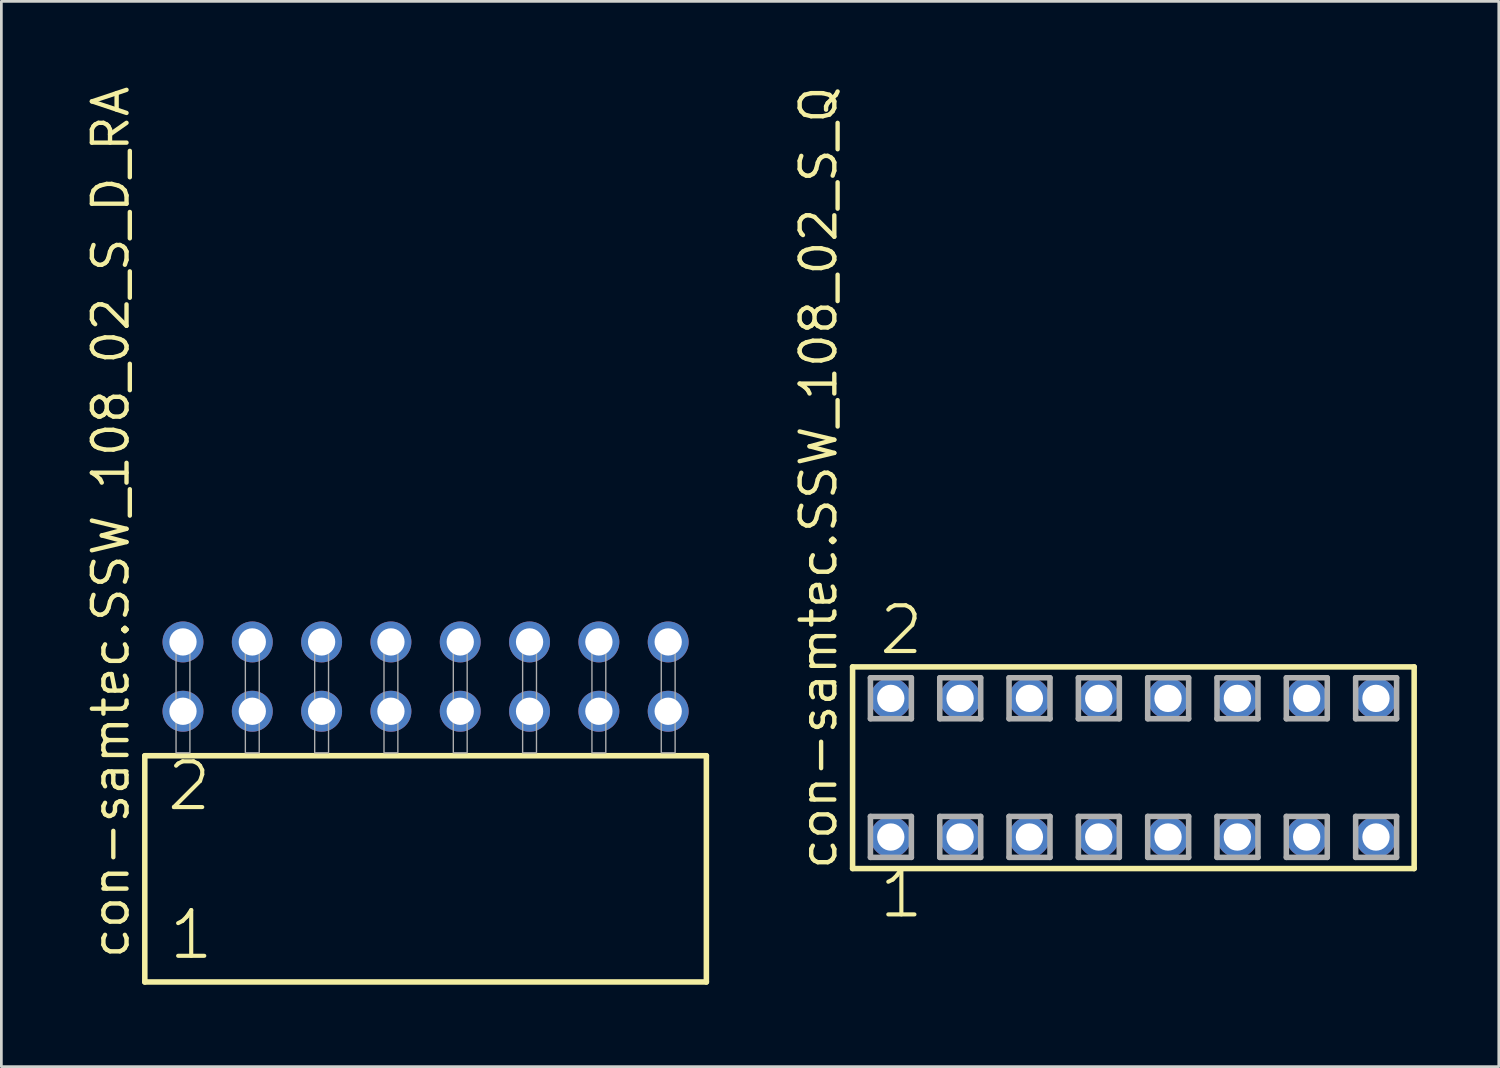
<source format=kicad_pcb>
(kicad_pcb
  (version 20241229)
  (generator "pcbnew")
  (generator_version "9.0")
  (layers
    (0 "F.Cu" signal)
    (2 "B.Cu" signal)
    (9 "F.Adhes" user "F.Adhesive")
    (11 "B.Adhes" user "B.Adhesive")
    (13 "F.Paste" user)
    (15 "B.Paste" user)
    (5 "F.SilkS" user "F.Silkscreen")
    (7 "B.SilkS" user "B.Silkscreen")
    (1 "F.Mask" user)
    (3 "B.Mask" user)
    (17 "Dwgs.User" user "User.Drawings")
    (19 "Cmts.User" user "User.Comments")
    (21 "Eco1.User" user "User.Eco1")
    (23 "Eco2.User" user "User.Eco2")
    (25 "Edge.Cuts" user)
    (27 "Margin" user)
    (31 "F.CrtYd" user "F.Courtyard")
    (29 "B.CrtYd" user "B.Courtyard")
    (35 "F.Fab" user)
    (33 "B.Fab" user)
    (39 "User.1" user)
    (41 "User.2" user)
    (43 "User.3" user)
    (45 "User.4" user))
  (footprint "con-samtec.SSW_108_02_S_D_RA"
    (layer "F.Cu")
    (at 12.545 24.537)
    (property "Reference" "con-samtec.SSW_108_02_S_D_RA" (at -10.795 7.62 90) (layer "F.SilkS") (effects (font (size 1.27 1.27) (thickness 0.16)) (justify left bottom)))
    (attr through_hole)
    (fp_line (start -10.289 0.106) (end -10.289 8.396) (stroke (width 0.203) (type default)) (layer "F.SilkS"))
    (fp_line (start -10.289 8.396) (end 10.289 8.396) (stroke (width 0.203) (type default)) (layer "F.SilkS"))
    (fp_line (start 10.289 0.106) (end -10.289 0.106) (stroke (width 0.203) (type default)) (layer "F.SilkS"))
    (fp_line (start 10.289 8.396) (end 10.289 0.106) (stroke (width 0.203) (type default)) (layer "F.SilkS"))
    (fp_rect (start -9.144 0) (end -8.636 -4.318) (stroke (width 0.05) (type default)) (fill no) (layer "F.Fab"))
    (fp_rect (start -6.604 0) (end -6.096 -4.318) (stroke (width 0.05) (type default)) (fill no) (layer "F.Fab"))
    (fp_rect (start -4.064 0) (end -3.556 -4.318) (stroke (width 0.05) (type default)) (fill no) (layer "F.Fab"))
    (fp_rect (start -1.524 0) (end -1.016 -4.318) (stroke (width 0.05) (type default)) (fill no) (layer "F.Fab"))
    (fp_rect (start 1.016 0) (end 1.524 -4.318) (stroke (width 0.05) (type default)) (fill no) (layer "F.Fab"))
    (fp_rect (start 3.556 0) (end 4.064 -4.318) (stroke (width 0.05) (type default)) (fill no) (layer "F.Fab"))
    (fp_rect (start 6.096 0) (end 6.604 -4.318) (stroke (width 0.05) (type default)) (fill no) (layer "F.Fab"))
    (fp_rect (start 8.636 0) (end 9.144 -4.318) (stroke (width 0.05) (type default)) (fill no) (layer "F.Fab"))
    (fp_text user "2" (at -9.56 2.2 0) (layer "F.SilkS") (effects (font (size 1.676 1.676) (thickness 0.15)) (justify left bottom)))
    (fp_text user "1" (at -9.485 7.65 0) (layer "F.SilkS") (effects (font (size 1.676 1.676) (thickness 0.15)) (justify left bottom)))
    (pad "1" thru_hole circle (at -8.89 -1.524) (size 1.5 1.5) (drill 1) (layers "*.Cu" "*.Mask"))
    (pad "2" thru_hole circle (at -8.89 -4.064) (size 1.5 1.5) (drill 1) (layers "*.Cu" "*.Mask"))
    (pad "3" thru_hole circle (at -6.35 -1.524) (size 1.5 1.5) (drill 1) (layers "*.Cu" "*.Mask"))
    (pad "4" thru_hole circle (at -6.35 -4.064) (size 1.5 1.5) (drill 1) (layers "*.Cu" "*.Mask"))
    (pad "5" thru_hole circle (at -3.81 -1.524) (size 1.5 1.5) (drill 1) (layers "*.Cu" "*.Mask"))
    (pad "6" thru_hole circle (at -3.81 -4.064) (size 1.5 1.5) (drill 1) (layers "*.Cu" "*.Mask"))
    (pad "7" thru_hole circle (at -1.27 -1.524) (size 1.5 1.5) (drill 1) (layers "*.Cu" "*.Mask"))
    (pad "8" thru_hole circle (at -1.27 -4.064) (size 1.5 1.5) (drill 1) (layers "*.Cu" "*.Mask"))
    (pad "9" thru_hole circle (at 1.27 -1.524) (size 1.5 1.5) (drill 1) (layers "*.Cu" "*.Mask"))
    (pad "10" thru_hole circle (at 1.27 -4.064) (size 1.5 1.5) (drill 1) (layers "*.Cu" "*.Mask"))
    (pad "11" thru_hole circle (at 3.81 -1.524) (size 1.5 1.5) (drill 1) (layers "*.Cu" "*.Mask"))
    (pad "12" thru_hole circle (at 3.81 -4.064) (size 1.5 1.5) (drill 1) (layers "*.Cu" "*.Mask"))
    (pad "13" thru_hole circle (at 6.35 -1.524) (size 1.5 1.5) (drill 1) (layers "*.Cu" "*.Mask"))
    (pad "14" thru_hole circle (at 6.35 -4.064) (size 1.5 1.5) (drill 1) (layers "*.Cu" "*.Mask"))
    (pad "15" thru_hole circle (at 8.89 -1.524) (size 1.5 1.5) (drill 1) (layers "*.Cu" "*.Mask"))
    (pad "16" thru_hole circle (at 8.89 -4.064) (size 1.5 1.5) (drill 1) (layers "*.Cu" "*.Mask")))
  (footprint "con-samtec.SSW_108_02_S_Q"
    (layer "F.Cu")
    (at 38.481 25.082)
    (property "Reference" "con-samtec.SSW_108_02_S_Q" (at -10.795 3.81 90) (layer "F.SilkS") (effects (font (size 1.27 1.27) (thickness 0.16)) (justify left bottom)))
    (attr through_hole)
    (fp_line (start -10.289 -3.695) (end 10.289 -3.695) (stroke (width 0.203) (type default)) (layer "F.SilkS"))
    (fp_line (start -10.289 3.695) (end -10.289 -3.695) (stroke (width 0.203) (type default)) (layer "F.SilkS"))
    (fp_line (start 10.289 -3.695) (end 10.289 3.695) (stroke (width 0.203) (type default)) (layer "F.SilkS"))
    (fp_line (start 10.289 3.695) (end -10.289 3.695) (stroke (width 0.203) (type default)) (layer "F.SilkS"))
    (fp_line (start -9.635 -3.295) (end -8.135 -3.295) (stroke (width 0.203) (type default)) (layer "F.Fab"))
    (fp_line (start -9.635 -1.795) (end -9.635 -3.295) (stroke (width 0.203) (type default)) (layer "F.Fab"))
    (fp_line (start -9.635 1.785) (end -8.135 1.785) (stroke (width 0.203) (type default)) (layer "F.Fab"))
    (fp_line (start -9.635 3.285) (end -9.635 1.785) (stroke (width 0.203) (type default)) (layer "F.Fab"))
    (fp_line (start -8.135 -3.295) (end -8.135 -1.795) (stroke (width 0.203) (type default)) (layer "F.Fab"))
    (fp_line (start -8.135 -1.795) (end -9.635 -1.795) (stroke (width 0.203) (type default)) (layer "F.Fab"))
    (fp_line (start -8.135 1.785) (end -8.135 3.285) (stroke (width 0.203) (type default)) (layer "F.Fab"))
    (fp_line (start -8.135 3.285) (end -9.635 3.285) (stroke (width 0.203) (type default)) (layer "F.Fab"))
    (fp_line (start -7.095 -3.295) (end -5.595 -3.295) (stroke (width 0.203) (type default)) (layer "F.Fab"))
    (fp_line (start -7.095 -1.795) (end -7.095 -3.295) (stroke (width 0.203) (type default)) (layer "F.Fab"))
    (fp_line (start -7.095 1.785) (end -5.595 1.785) (stroke (width 0.203) (type default)) (layer "F.Fab"))
    (fp_line (start -7.095 3.285) (end -7.095 1.785) (stroke (width 0.203) (type default)) (layer "F.Fab"))
    (fp_line (start -5.595 -3.295) (end -5.595 -1.795) (stroke (width 0.203) (type default)) (layer "F.Fab"))
    (fp_line (start -5.595 -1.795) (end -7.095 -1.795) (stroke (width 0.203) (type default)) (layer "F.Fab"))
    (fp_line (start -5.595 1.785) (end -5.595 3.285) (stroke (width 0.203) (type default)) (layer "F.Fab"))
    (fp_line (start -5.595 3.285) (end -7.095 3.285) (stroke (width 0.203) (type default)) (layer "F.Fab"))
    (fp_line (start -4.555 -3.295) (end -3.055 -3.295) (stroke (width 0.203) (type default)) (layer "F.Fab"))
    (fp_line (start -4.555 -1.795) (end -4.555 -3.295) (stroke (width 0.203) (type default)) (layer "F.Fab"))
    (fp_line (start -4.555 1.785) (end -3.055 1.785) (stroke (width 0.203) (type default)) (layer "F.Fab"))
    (fp_line (start -4.555 3.285) (end -4.555 1.785) (stroke (width 0.203) (type default)) (layer "F.Fab"))
    (fp_line (start -3.055 -3.295) (end -3.055 -1.795) (stroke (width 0.203) (type default)) (layer "F.Fab"))
    (fp_line (start -3.055 -1.795) (end -4.555 -1.795) (stroke (width 0.203) (type default)) (layer "F.Fab"))
    (fp_line (start -3.055 1.785) (end -3.055 3.285) (stroke (width 0.203) (type default)) (layer "F.Fab"))
    (fp_line (start -3.055 3.285) (end -4.555 3.285) (stroke (width 0.203) (type default)) (layer "F.Fab"))
    (fp_line (start -2.015 -3.295) (end -0.515 -3.295) (stroke (width 0.203) (type default)) (layer "F.Fab"))
    (fp_line (start -2.015 -1.795) (end -2.015 -3.295) (stroke (width 0.203) (type default)) (layer "F.Fab"))
    (fp_line (start -2.015 1.785) (end -0.515 1.785) (stroke (width 0.203) (type default)) (layer "F.Fab"))
    (fp_line (start -2.015 3.285) (end -2.015 1.785) (stroke (width 0.203) (type default)) (layer "F.Fab"))
    (fp_line (start -0.515 -3.295) (end -0.515 -1.795) (stroke (width 0.203) (type default)) (layer "F.Fab"))
    (fp_line (start -0.515 -1.795) (end -2.015 -1.795) (stroke (width 0.203) (type default)) (layer "F.Fab"))
    (fp_line (start -0.515 1.785) (end -0.515 3.285) (stroke (width 0.203) (type default)) (layer "F.Fab"))
    (fp_line (start -0.515 3.285) (end -2.015 3.285) (stroke (width 0.203) (type default)) (layer "F.Fab"))
    (fp_line (start 0.525 -3.295) (end 2.025 -3.295) (stroke (width 0.203) (type default)) (layer "F.Fab"))
    (fp_line (start 0.525 -1.795) (end 0.525 -3.295) (stroke (width 0.203) (type default)) (layer "F.Fab"))
    (fp_line (start 0.525 1.785) (end 2.025 1.785) (stroke (width 0.203) (type default)) (layer "F.Fab"))
    (fp_line (start 0.525 3.285) (end 0.525 1.785) (stroke (width 0.203) (type default)) (layer "F.Fab"))
    (fp_line (start 2.025 -3.295) (end 2.025 -1.795) (stroke (width 0.203) (type default)) (layer "F.Fab"))
    (fp_line (start 2.025 -1.795) (end 0.525 -1.795) (stroke (width 0.203) (type default)) (layer "F.Fab"))
    (fp_line (start 2.025 1.785) (end 2.025 3.285) (stroke (width 0.203) (type default)) (layer "F.Fab"))
    (fp_line (start 2.025 3.285) (end 0.525 3.285) (stroke (width 0.203) (type default)) (layer "F.Fab"))
    (fp_line (start 3.065 -3.295) (end 4.565 -3.295) (stroke (width 0.203) (type default)) (layer "F.Fab"))
    (fp_line (start 3.065 -1.795) (end 3.065 -3.295) (stroke (width 0.203) (type default)) (layer "F.Fab"))
    (fp_line (start 3.065 1.785) (end 4.565 1.785) (stroke (width 0.203) (type default)) (layer "F.Fab"))
    (fp_line (start 3.065 3.285) (end 3.065 1.785) (stroke (width 0.203) (type default)) (layer "F.Fab"))
    (fp_line (start 4.565 -3.295) (end 4.565 -1.795) (stroke (width 0.203) (type default)) (layer "F.Fab"))
    (fp_line (start 4.565 -1.795) (end 3.065 -1.795) (stroke (width 0.203) (type default)) (layer "F.Fab"))
    (fp_line (start 4.565 1.785) (end 4.565 3.285) (stroke (width 0.203) (type default)) (layer "F.Fab"))
    (fp_line (start 4.565 3.285) (end 3.065 3.285) (stroke (width 0.203) (type default)) (layer "F.Fab"))
    (fp_line (start 5.605 -3.295) (end 7.105 -3.295) (stroke (width 0.203) (type default)) (layer "F.Fab"))
    (fp_line (start 5.605 -1.795) (end 5.605 -3.295) (stroke (width 0.203) (type default)) (layer "F.Fab"))
    (fp_line (start 5.605 1.785) (end 7.105 1.785) (stroke (width 0.203) (type default)) (layer "F.Fab"))
    (fp_line (start 5.605 3.285) (end 5.605 1.785) (stroke (width 0.203) (type default)) (layer "F.Fab"))
    (fp_line (start 7.105 -3.295) (end 7.105 -1.795) (stroke (width 0.203) (type default)) (layer "F.Fab"))
    (fp_line (start 7.105 -1.795) (end 5.605 -1.795) (stroke (width 0.203) (type default)) (layer "F.Fab"))
    (fp_line (start 7.105 1.785) (end 7.105 3.285) (stroke (width 0.203) (type default)) (layer "F.Fab"))
    (fp_line (start 7.105 3.285) (end 5.605 3.285) (stroke (width 0.203) (type default)) (layer "F.Fab"))
    (fp_line (start 8.145 -3.295) (end 9.645 -3.295) (stroke (width 0.203) (type default)) (layer "F.Fab"))
    (fp_line (start 8.145 -1.795) (end 8.145 -3.295) (stroke (width 0.203) (type default)) (layer "F.Fab"))
    (fp_line (start 8.145 1.785) (end 9.645 1.785) (stroke (width 0.203) (type default)) (layer "F.Fab"))
    (fp_line (start 8.145 3.285) (end 8.145 1.785) (stroke (width 0.203) (type default)) (layer "F.Fab"))
    (fp_line (start 9.645 -3.295) (end 9.645 -1.795) (stroke (width 0.203) (type default)) (layer "F.Fab"))
    (fp_line (start 9.645 -1.795) (end 8.145 -1.795) (stroke (width 0.203) (type default)) (layer "F.Fab"))
    (fp_line (start 9.645 1.785) (end 9.645 3.285) (stroke (width 0.203) (type default)) (layer "F.Fab"))
    (fp_line (start 9.645 3.285) (end 8.145 3.285) (stroke (width 0.203) (type default)) (layer "F.Fab"))
    (fp_text user "1" (at -9.398 5.588 0) (layer "F.SilkS") (effects (font (size 1.676 1.676) (thickness 0.15)) (justify left bottom)))
    (fp_text user "2" (at -9.398 -4.064 0) (layer "F.SilkS") (effects (font (size 1.676 1.676) (thickness 0.15)) (justify left bottom)))
    (pad "1" thru_hole circle (at -8.89 2.54) (size 1.5 1.5) (drill 1) (layers "*.Cu" "*.Mask"))
    (pad "2" thru_hole circle (at -8.89 -2.54) (size 1.5 1.5) (drill 1) (layers "*.Cu" "*.Mask"))
    (pad "3" thru_hole circle (at -6.35 2.54) (size 1.5 1.5) (drill 1) (layers "*.Cu" "*.Mask"))
    (pad "4" thru_hole circle (at -6.35 -2.54) (size 1.5 1.5) (drill 1) (layers "*.Cu" "*.Mask"))
    (pad "5" thru_hole circle (at -3.81 2.54) (size 1.5 1.5) (drill 1) (layers "*.Cu" "*.Mask"))
    (pad "6" thru_hole circle (at -3.81 -2.54) (size 1.5 1.5) (drill 1) (layers "*.Cu" "*.Mask"))
    (pad "7" thru_hole circle (at -1.27 2.54) (size 1.5 1.5) (drill 1) (layers "*.Cu" "*.Mask"))
    (pad "8" thru_hole circle (at -1.27 -2.54) (size 1.5 1.5) (drill 1) (layers "*.Cu" "*.Mask"))
    (pad "9" thru_hole circle (at 1.27 2.54) (size 1.5 1.5) (drill 1) (layers "*.Cu" "*.Mask"))
    (pad "10" thru_hole circle (at 1.27 -2.54) (size 1.5 1.5) (drill 1) (layers "*.Cu" "*.Mask"))
    (pad "11" thru_hole circle (at 3.81 2.54) (size 1.5 1.5) (drill 1) (layers "*.Cu" "*.Mask"))
    (pad "12" thru_hole circle (at 3.81 -2.54) (size 1.5 1.5) (drill 1) (layers "*.Cu" "*.Mask"))
    (pad "13" thru_hole circle (at 6.35 2.54) (size 1.5 1.5) (drill 1) (layers "*.Cu" "*.Mask"))
    (pad "14" thru_hole circle (at 6.35 -2.54) (size 1.5 1.5) (drill 1) (layers "*.Cu" "*.Mask"))
    (pad "15" thru_hole circle (at 8.89 2.54) (size 1.5 1.5) (drill 1) (layers "*.Cu" "*.Mask"))
    (pad "16" thru_hole circle (at 8.89 -2.54) (size 1.5 1.5) (drill 1) (layers "*.Cu" "*.Mask")))
  (gr_rect
    (start -3 -3)
    (end 51.871 36.035)
    (stroke (width 0.1) (type default))
    (fill no)
    (layer "Edge.Cuts")))
</source>
